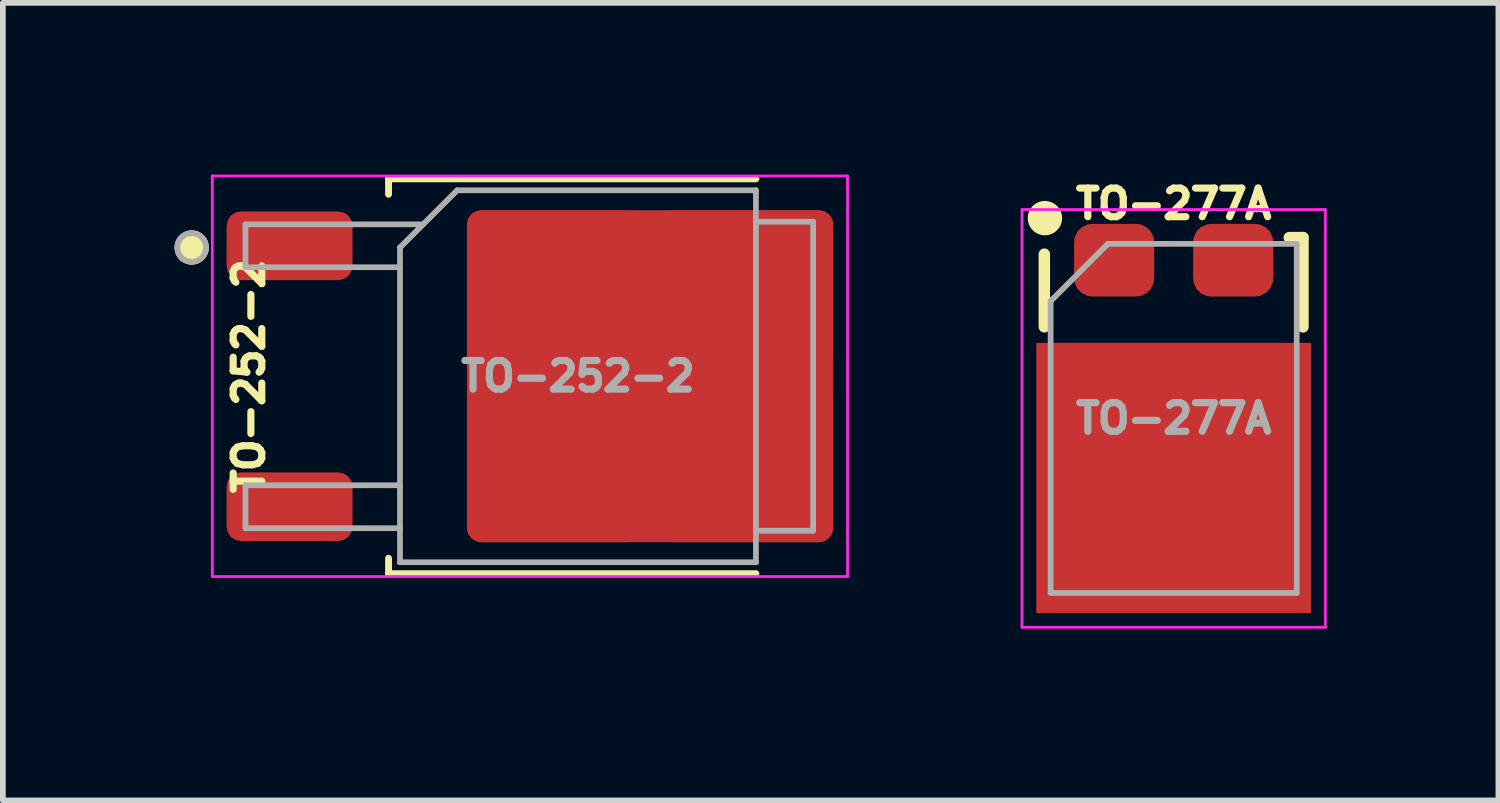
<source format=kicad_pcb>
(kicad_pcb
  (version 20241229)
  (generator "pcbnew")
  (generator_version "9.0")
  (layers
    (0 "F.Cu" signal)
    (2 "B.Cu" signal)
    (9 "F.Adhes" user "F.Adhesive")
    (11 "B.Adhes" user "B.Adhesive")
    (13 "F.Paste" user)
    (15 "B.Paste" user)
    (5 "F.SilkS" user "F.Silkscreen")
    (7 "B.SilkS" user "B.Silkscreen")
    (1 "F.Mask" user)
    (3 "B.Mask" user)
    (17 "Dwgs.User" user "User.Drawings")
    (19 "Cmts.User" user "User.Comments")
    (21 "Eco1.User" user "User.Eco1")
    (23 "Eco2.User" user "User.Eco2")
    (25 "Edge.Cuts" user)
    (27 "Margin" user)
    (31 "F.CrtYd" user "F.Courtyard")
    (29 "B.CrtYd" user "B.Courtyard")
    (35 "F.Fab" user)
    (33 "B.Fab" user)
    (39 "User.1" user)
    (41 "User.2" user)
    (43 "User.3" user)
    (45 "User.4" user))
  (footprint "TO-277A"
    (layer "F.Cu")
    (at 17.46 4.262)
    (property "Reference" "TO-277A" (at 0 -3.75 180) (layer "F.SilkS") (effects (font (size 0.5 0.5) (thickness 0.125) (bold yes))))
    (attr smd)
    (fp_line (start -2.26 -2.87) (end -2.26 -1.6) (stroke (width 0.2) (type solid)) (layer "F.SilkS"))
    (fp_line (start 2.26 -3.16) (end 2.02 -3.16) (stroke (width 0.2) (type solid)) (layer "F.SilkS"))
    (fp_line (start 2.26 -3.16) (end 2.26 -1.6) (stroke (width 0.2) (type solid)) (layer "F.SilkS"))
    (fp_circle (center -2.25 -3.5) (end -2 -3.5) (stroke (width 0.1) (type solid)) (fill yes) (layer "F.SilkS"))
    (fp_line (start -2.65 -3.65) (end -2.65 3.65) (stroke (width 0.05) (type solid)) (layer "F.CrtYd"))
    (fp_line (start -2.65 -3.65) (end 2.65 -3.65) (stroke (width 0.05) (type solid)) (layer "F.CrtYd"))
    (fp_line (start 2.65 3.65) (end -2.65 3.65) (stroke (width 0.05) (type solid)) (layer "F.CrtYd"))
    (fp_line (start 2.65 3.65) (end 2.65 -3.65) (stroke (width 0.05) (type solid)) (layer "F.CrtYd"))
    (fp_line (start -2.15 -2.05) (end -2.15 3.05) (stroke (width 0.1) (type solid)) (layer "F.Fab"))
    (fp_line (start -2.15 3.05) (end 2.15 3.05) (stroke (width 0.1) (type solid)) (layer "F.Fab"))
    (fp_line (start -1.15 -3.05) (end -2.15 -2.05) (stroke (width 0.1) (type solid)) (layer "F.Fab"))
    (fp_line (start 2.15 -3.05) (end -1.15 -3.05) (stroke (width 0.1) (type solid)) (layer "F.Fab"))
    (fp_line (start 2.15 3.05) (end 2.15 -3.05) (stroke (width 0.1) (type solid)) (layer "F.Fab"))
    (fp_text user "${REFERENCE}" (at 0 0 0) (layer "F.Fab") (effects (font (size 0.5 0.5) (thickness 0.125) (bold yes))))
    (pad "" smd roundrect (at -1.7 -0.65 180) (size 1.25 1.2) (layers "F.Paste") (roundrect_rratio 0.25))
    (pad "" smd roundrect (at -1.7 1.04 180) (size 1.25 1.2) (layers "F.Paste") (roundrect_rratio 0.25))
    (pad "" smd roundrect (at -1.7 2.7 180) (size 1.25 1.2) (layers "F.Paste") (roundrect_rratio 0.25))
    (pad "" smd roundrect (at 0 -0.65 180) (size 1.25 1.2) (layers "F.Paste") (roundrect_rratio 0.25))
    (pad "" smd roundrect (at 0 1.04 180) (size 1.25 1.2) (layers "F.Paste") (roundrect_rratio 0.25))
    (pad "" smd roundrect (at 0 2.7 180) (size 1.25 1.2) (layers "F.Paste") (roundrect_rratio 0.25))
    (pad "" smd roundrect (at 1.7 -0.65 180) (size 1.25 1.2) (layers "F.Paste") (roundrect_rratio 0.25))
    (pad "" smd roundrect (at 1.7 1.04 180) (size 1.25 1.2) (layers "F.Paste") (roundrect_rratio 0.25))
    (pad "" smd roundrect (at 1.7 2.7 180) (size 1.25 1.2) (layers "F.Paste") (roundrect_rratio 0.25))
    (pad "1" smd roundrect (at -1.04 -2.765) (size 1.4 1.27) (layers "F.Cu" "F.Mask" "F.Paste") (roundrect_rratio 0.25))
    (pad "2" smd roundrect (at 1.04 -2.765) (size 1.4 1.27) (layers "F.Cu" "F.Mask" "F.Paste") (roundrect_rratio 0.25))
    (pad "3" smd rect (at 0 1.04) (size 4.8 4.72) (layers "F.Cu" "F.Mask")))
  (footprint "TO-252-2"
    (layer "F.Cu")
    (at 7.05 3.525)
    (property "Reference" "TO-252-2" (at -5.75 0 90) (layer "F.SilkS") (effects (font (size 0.5 0.5) (thickness 0.125) (bold yes))))
    (attr smd)
    (fp_line (start -3.31 -3.45) (end -3.31 -3.18) (stroke (width 0.12) (type solid)) (layer "F.SilkS"))
    (fp_line (start -3.31 3.45) (end -3.31 3.18) (stroke (width 0.12) (type solid)) (layer "F.SilkS"))
    (fp_line (start 3.11 -3.45) (end -3.31 -3.45) (stroke (width 0.12) (type solid)) (layer "F.SilkS"))
    (fp_line (start 3.11 3.45) (end -3.31 3.45) (stroke (width 0.12) (type solid)) (layer "F.SilkS"))
    (fp_circle (center -6.75 -2.25) (end -6.5 -2.25) (stroke (width 0.1) (type solid)) (fill yes) (layer "F.SilkS"))
    (fp_line (start -6.39 -3.5) (end -6.39 3.5) (stroke (width 0.05) (type solid)) (layer "F.CrtYd"))
    (fp_line (start -6.39 3.5) (end 4.71 3.5) (stroke (width 0.05) (type solid)) (layer "F.CrtYd"))
    (fp_line (start 4.71 -3.5) (end -6.39 -3.5) (stroke (width 0.05) (type solid)) (layer "F.CrtYd"))
    (fp_line (start 4.71 3.5) (end 4.71 -3.5) (stroke (width 0.05) (type solid)) (layer "F.CrtYd"))
    (fp_line (start -5.81 -2.655) (end -5.81 -1.905) (stroke (width 0.1) (type solid)) (layer "F.Fab"))
    (fp_line (start -5.81 -1.905) (end -3.11 -1.905) (stroke (width 0.1) (type solid)) (layer "F.Fab"))
    (fp_line (start -5.81 1.905) (end -5.81 2.655) (stroke (width 0.1) (type solid)) (layer "F.Fab"))
    (fp_line (start -5.81 2.655) (end -3.11 2.655) (stroke (width 0.1) (type solid)) (layer "F.Fab"))
    (fp_line (start -3.11 -2.25) (end -2.11 -3.25) (stroke (width 0.1) (type solid)) (layer "F.Fab"))
    (fp_line (start -3.11 1.905) (end -5.81 1.905) (stroke (width 0.1) (type solid)) (layer "F.Fab"))
    (fp_line (start -3.11 3.25) (end -3.11 -2.25) (stroke (width 0.1) (type solid)) (layer "F.Fab"))
    (fp_line (start -2.705 -2.655) (end -5.81 -2.655) (stroke (width 0.1) (type solid)) (layer "F.Fab"))
    (fp_line (start -2.11 -3.25) (end 3.11 -3.25) (stroke (width 0.1) (type solid)) (layer "F.Fab"))
    (fp_line (start 3.11 -3.25) (end 3.11 3.25) (stroke (width 0.1) (type solid)) (layer "F.Fab"))
    (fp_line (start 3.11 -2.7) (end 4.11 -2.7) (stroke (width 0.1) (type solid)) (layer "F.Fab"))
    (fp_line (start 3.11 3.25) (end -3.11 3.25) (stroke (width 0.1) (type solid)) (layer "F.Fab"))
    (fp_line (start 4.11 -2.7) (end 4.11 2.7) (stroke (width 0.1) (type solid)) (layer "F.Fab"))
    (fp_line (start 4.11 2.7) (end 3.11 2.7) (stroke (width 0.1) (type solid)) (layer "F.Fab"))
    (fp_circle (center -6.75 -2.25) (end -6.5 -2.25) (stroke (width 0.1) (type solid)) (fill no) (layer "F.Fab"))
    (fp_text user "${REFERENCE}" (at 0 0 0) (layer "F.Fab") (effects (font (size 0.5 0.5) (thickness 0.125) (bold yes))))
    (pad "1" smd roundrect (at -5.04 -2.28) (size 2.2 1.2) (layers "F.Cu" "F.Mask" "F.Paste") (roundrect_rratio 0.208))
    (pad "2" smd roundrect (at -0.415 -1.525) (size 3.05 2.75) (layers "F.Cu" "F.Paste") (roundrect_rratio 0.091))
    (pad "2" smd roundrect (at -0.415 1.525) (size 3.05 2.75) (layers "F.Cu" "F.Paste") (roundrect_rratio 0.091))
    (pad "2" smd roundrect (at 1.26 0) (size 6.4 5.8) (layers "F.Cu" "F.Mask") (roundrect_rratio 0.043))
    (pad "2" smd roundrect (at 2.935 -1.525) (size 3.05 2.75) (layers "F.Cu" "F.Paste") (roundrect_rratio 0.091))
    (pad "2" smd roundrect (at 2.935 1.525) (size 3.05 2.75) (layers "F.Cu" "F.Paste") (roundrect_rratio 0.091))
    (pad "3" smd roundrect (at -5.04 2.28) (size 2.2 1.2) (layers "F.Cu" "F.Mask" "F.Paste") (roundrect_rratio 0.208)))
  (gr_rect
    (start -3 -3)
    (end 23.135 10.937)
    (stroke (width 0.1) (type default))
    (fill no)
    (layer "Edge.Cuts")))
</source>
